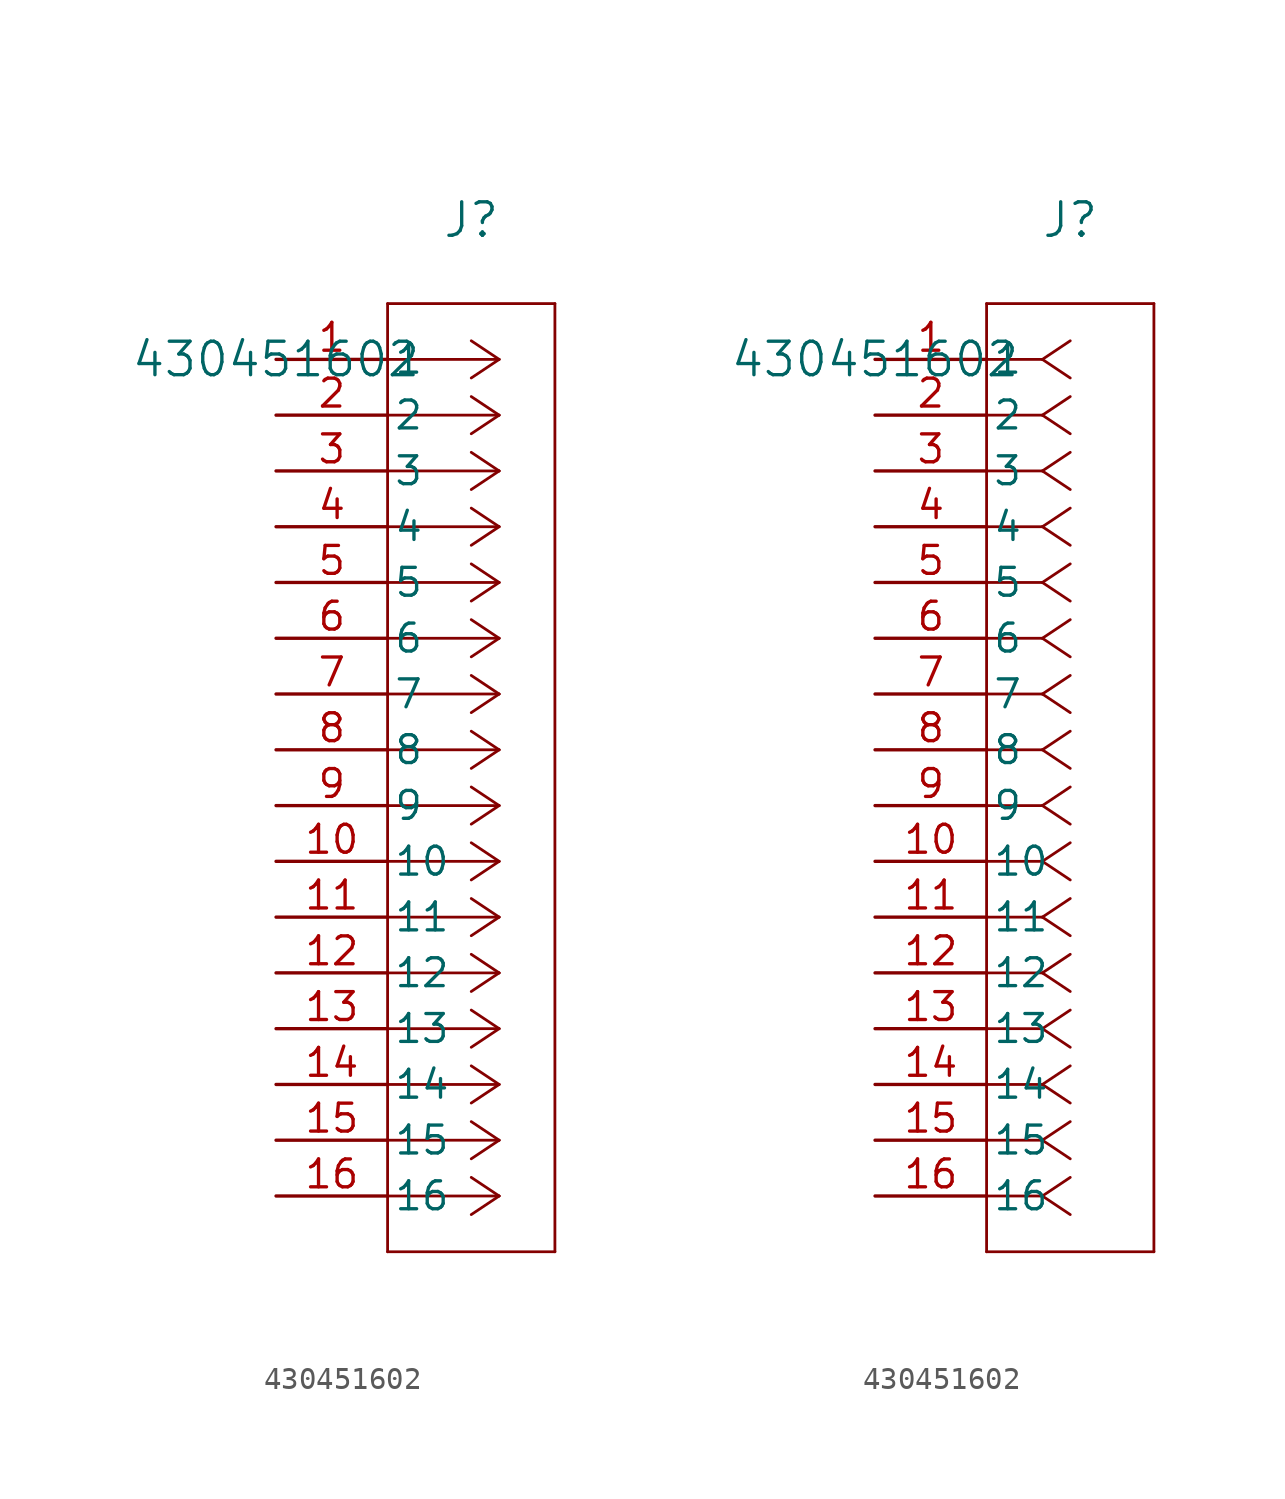
<source format=kicad_sym>
(kicad_symbol_lib
  (version 20211014)
  (generator kicad_symbol_editor)
  (symbol "430451602"
    (pin_names
      (offset 0.254))
    (property "Reference" "J"
      (at 8.89 6.35 0)
      (effects (font (size 1.524 1.524))))
    (property "Value" "430451602"
      (at 0 0 0)
      (effects (font (size 1.524 1.524))))
    (symbol "430451602_1_1"
      (polyline (pts (xy 10.16 0) (xy 5.08 0)) (stroke (width 0.127) (type default) (color 0 0 0 0)) (fill (type none)))
      (polyline (pts (xy 10.16 -2.54) (xy 5.08 -2.54)) (stroke (width 0.127) (type default) (color 0 0 0 0)) (fill (type none)))
      (polyline (pts (xy 10.16 -5.08) (xy 5.08 -5.08)) (stroke (width 0.127) (type default) (color 0 0 0 0)) (fill (type none)))
      (polyline (pts (xy 10.16 -7.62) (xy 5.08 -7.62)) (stroke (width 0.127) (type default) (color 0 0 0 0)) (fill (type none)))
      (polyline (pts (xy 10.16 -10.16) (xy 5.08 -10.16)) (stroke (width 0.127) (type default) (color 0 0 0 0)) (fill (type none)))
      (polyline (pts (xy 10.16 -12.7) (xy 5.08 -12.7)) (stroke (width 0.127) (type default) (color 0 0 0 0)) (fill (type none)))
      (polyline (pts (xy 10.16 -15.24) (xy 5.08 -15.24)) (stroke (width 0.127) (type default) (color 0 0 0 0)) (fill (type none)))
      (polyline (pts (xy 10.16 -17.78) (xy 5.08 -17.78)) (stroke (width 0.127) (type default) (color 0 0 0 0)) (fill (type none)))
      (polyline (pts (xy 10.16 -20.32) (xy 5.08 -20.32)) (stroke (width 0.127) (type default) (color 0 0 0 0)) (fill (type none)))
      (polyline (pts (xy 10.16 -22.86) (xy 5.08 -22.86)) (stroke (width 0.127) (type default) (color 0 0 0 0)) (fill (type none)))
      (polyline (pts (xy 10.16 -25.4) (xy 5.08 -25.4)) (stroke (width 0.127) (type default) (color 0 0 0 0)) (fill (type none)))
      (polyline (pts (xy 10.16 -27.94) (xy 5.08 -27.94)) (stroke (width 0.127) (type default) (color 0 0 0 0)) (fill (type none)))
      (polyline (pts (xy 10.16 -30.48) (xy 5.08 -30.48)) (stroke (width 0.127) (type default) (color 0 0 0 0)) (fill (type none)))
      (polyline (pts (xy 10.16 -33.02) (xy 5.08 -33.02)) (stroke (width 0.127) (type default) (color 0 0 0 0)) (fill (type none)))
      (polyline (pts (xy 10.16 -35.56) (xy 5.08 -35.56)) (stroke (width 0.127) (type default) (color 0 0 0 0)) (fill (type none)))
      (polyline (pts (xy 10.16 -38.1) (xy 5.08 -38.1)) (stroke (width 0.127) (type default) (color 0 0 0 0)) (fill (type none)))
      (polyline (pts (xy 10.16 0) (xy 8.89 0.847)) (stroke (width 0.127) (type default) (color 0 0 0 0)) (fill (type none)))
      (polyline (pts (xy 10.16 -2.54) (xy 8.89 -1.693)) (stroke (width 0.127) (type default) (color 0 0 0 0)) (fill (type none)))
      (polyline (pts (xy 10.16 -5.08) (xy 8.89 -4.233)) (stroke (width 0.127) (type default) (color 0 0 0 0)) (fill (type none)))
      (polyline (pts (xy 10.16 -7.62) (xy 8.89 -6.773)) (stroke (width 0.127) (type default) (color 0 0 0 0)) (fill (type none)))
      (polyline (pts (xy 10.16 -10.16) (xy 8.89 -9.313)) (stroke (width 0.127) (type default) (color 0 0 0 0)) (fill (type none)))
      (polyline (pts (xy 10.16 -12.7) (xy 8.89 -11.853)) (stroke (width 0.127) (type default) (color 0 0 0 0)) (fill (type none)))
      (polyline (pts (xy 10.16 -15.24) (xy 8.89 -14.393)) (stroke (width 0.127) (type default) (color 0 0 0 0)) (fill (type none)))
      (polyline (pts (xy 10.16 -17.78) (xy 8.89 -16.933)) (stroke (width 0.127) (type default) (color 0 0 0 0)) (fill (type none)))
      (polyline (pts (xy 10.16 -20.32) (xy 8.89 -19.473)) (stroke (width 0.127) (type default) (color 0 0 0 0)) (fill (type none)))
      (polyline (pts (xy 10.16 -22.86) (xy 8.89 -22.013)) (stroke (width 0.127) (type default) (color 0 0 0 0)) (fill (type none)))
      (polyline (pts (xy 10.16 -25.4) (xy 8.89 -24.553)) (stroke (width 0.127) (type default) (color 0 0 0 0)) (fill (type none)))
      (polyline (pts (xy 10.16 -27.94) (xy 8.89 -27.093)) (stroke (width 0.127) (type default) (color 0 0 0 0)) (fill (type none)))
      (polyline (pts (xy 10.16 -30.48) (xy 8.89 -29.633)) (stroke (width 0.127) (type default) (color 0 0 0 0)) (fill (type none)))
      (polyline (pts (xy 10.16 -33.02) (xy 8.89 -32.173)) (stroke (width 0.127) (type default) (color 0 0 0 0)) (fill (type none)))
      (polyline (pts (xy 10.16 -35.56) (xy 8.89 -34.713)) (stroke (width 0.127) (type default) (color 0 0 0 0)) (fill (type none)))
      (polyline (pts (xy 10.16 -38.1) (xy 8.89 -37.253)) (stroke (width 0.127) (type default) (color 0 0 0 0)) (fill (type none)))
      (polyline (pts (xy 10.16 0) (xy 8.89 -0.847)) (stroke (width 0.127) (type default) (color 0 0 0 0)) (fill (type none)))
      (polyline (pts (xy 10.16 -2.54) (xy 8.89 -3.387)) (stroke (width 0.127) (type default) (color 0 0 0 0)) (fill (type none)))
      (polyline (pts (xy 10.16 -5.08) (xy 8.89 -5.927)) (stroke (width 0.127) (type default) (color 0 0 0 0)) (fill (type none)))
      (polyline (pts (xy 10.16 -7.62) (xy 8.89 -8.467)) (stroke (width 0.127) (type default) (color 0 0 0 0)) (fill (type none)))
      (polyline (pts (xy 10.16 -10.16) (xy 8.89 -11.007)) (stroke (width 0.127) (type default) (color 0 0 0 0)) (fill (type none)))
      (polyline (pts (xy 10.16 -12.7) (xy 8.89 -13.547)) (stroke (width 0.127) (type default) (color 0 0 0 0)) (fill (type none)))
      (polyline (pts (xy 10.16 -15.24) (xy 8.89 -16.087)) (stroke (width 0.127) (type default) (color 0 0 0 0)) (fill (type none)))
      (polyline (pts (xy 10.16 -17.78) (xy 8.89 -18.627)) (stroke (width 0.127) (type default) (color 0 0 0 0)) (fill (type none)))
      (polyline (pts (xy 10.16 -20.32) (xy 8.89 -21.167)) (stroke (width 0.127) (type default) (color 0 0 0 0)) (fill (type none)))
      (polyline (pts (xy 10.16 -22.86) (xy 8.89 -23.707)) (stroke (width 0.127) (type default) (color 0 0 0 0)) (fill (type none)))
      (polyline (pts (xy 10.16 -25.4) (xy 8.89 -26.247)) (stroke (width 0.127) (type default) (color 0 0 0 0)) (fill (type none)))
      (polyline (pts (xy 10.16 -27.94) (xy 8.89 -28.787)) (stroke (width 0.127) (type default) (color 0 0 0 0)) (fill (type none)))
      (polyline (pts (xy 10.16 -30.48) (xy 8.89 -31.327)) (stroke (width 0.127) (type default) (color 0 0 0 0)) (fill (type none)))
      (polyline (pts (xy 10.16 -33.02) (xy 8.89 -33.867)) (stroke (width 0.127) (type default) (color 0 0 0 0)) (fill (type none)))
      (polyline (pts (xy 10.16 -35.56) (xy 8.89 -36.407)) (stroke (width 0.127) (type default) (color 0 0 0 0)) (fill (type none)))
      (polyline (pts (xy 10.16 -38.1) (xy 8.89 -38.947)) (stroke (width 0.127) (type default) (color 0 0 0 0)) (fill (type none)))
      (polyline (pts (xy 5.08 2.54) (xy 5.08 -40.64)) (stroke (width 0.127) (type default) (color 0 0 0 0)) (fill (type none)))
      (polyline (pts (xy 5.08 -40.64) (xy 12.7 -40.64)) (stroke (width 0.127) (type default) (color 0 0 0 0)) (fill (type none)))
      (polyline (pts (xy 12.7 -40.64) (xy 12.7 2.54)) (stroke (width 0.127) (type default) (color 0 0 0 0)) (fill (type none)))
      (polyline (pts (xy 12.7 2.54) (xy 5.08 2.54)) (stroke (width 0.127) (type default) (color 0 0 0 0)) (fill (type none)))
      (pin unspecified line (at 0 0 0) (length 5.08) (name "1" (effects (font (size 1.27 1.27)))) (number "1" (effects (font (size 1.27 1.27)))))
      (pin unspecified line (at 0 -2.54 0) (length 5.08) (name "2" (effects (font (size 1.27 1.27)))) (number "2" (effects (font (size 1.27 1.27)))))
      (pin unspecified line (at 0 -5.08 0) (length 5.08) (name "3" (effects (font (size 1.27 1.27)))) (number "3" (effects (font (size 1.27 1.27)))))
      (pin unspecified line (at 0 -7.62 0) (length 5.08) (name "4" (effects (font (size 1.27 1.27)))) (number "4" (effects (font (size 1.27 1.27)))))
      (pin unspecified line (at 0 -10.16 0) (length 5.08) (name "5" (effects (font (size 1.27 1.27)))) (number "5" (effects (font (size 1.27 1.27)))))
      (pin unspecified line (at 0 -12.7 0) (length 5.08) (name "6" (effects (font (size 1.27 1.27)))) (number "6" (effects (font (size 1.27 1.27)))))
      (pin unspecified line (at 0 -15.24 0) (length 5.08) (name "7" (effects (font (size 1.27 1.27)))) (number "7" (effects (font (size 1.27 1.27)))))
      (pin unspecified line (at 0 -17.78 0) (length 5.08) (name "8" (effects (font (size 1.27 1.27)))) (number "8" (effects (font (size 1.27 1.27)))))
      (pin unspecified line (at 0 -20.32 0) (length 5.08) (name "9" (effects (font (size 1.27 1.27)))) (number "9" (effects (font (size 1.27 1.27)))))
      (pin unspecified line (at 0 -22.86 0) (length 5.08) (name "10" (effects (font (size 1.27 1.27)))) (number "10" (effects (font (size 1.27 1.27)))))
      (pin unspecified line (at 0 -25.4 0) (length 5.08) (name "11" (effects (font (size 1.27 1.27)))) (number "11" (effects (font (size 1.27 1.27)))))
      (pin unspecified line (at 0 -27.94 0) (length 5.08) (name "12" (effects (font (size 1.27 1.27)))) (number "12" (effects (font (size 1.27 1.27)))))
      (pin unspecified line (at 0 -30.48 0) (length 5.08) (name "13" (effects (font (size 1.27 1.27)))) (number "13" (effects (font (size 1.27 1.27)))))
      (pin unspecified line (at 0 -33.02 0) (length 5.08) (name "14" (effects (font (size 1.27 1.27)))) (number "14" (effects (font (size 1.27 1.27)))))
      (pin unspecified line (at 0 -35.56 0) (length 5.08) (name "15" (effects (font (size 1.27 1.27)))) (number "15" (effects (font (size 1.27 1.27)))))
      (pin unspecified line (at 0 -38.1 0) (length 5.08) (name "16" (effects (font (size 1.27 1.27)))) (number "16" (effects (font (size 1.27 1.27))))))
    (symbol "430451602_1_2"
      (polyline (pts (xy 7.62 0) (xy 5.08 0)) (stroke (width 0.127) (type default) (color 0 0 0 0)) (fill (type none)))
      (polyline (pts (xy 7.62 -2.54) (xy 5.08 -2.54)) (stroke (width 0.127) (type default) (color 0 0 0 0)) (fill (type none)))
      (polyline (pts (xy 7.62 -5.08) (xy 5.08 -5.08)) (stroke (width 0.127) (type default) (color 0 0 0 0)) (fill (type none)))
      (polyline (pts (xy 7.62 -7.62) (xy 5.08 -7.62)) (stroke (width 0.127) (type default) (color 0 0 0 0)) (fill (type none)))
      (polyline (pts (xy 7.62 -10.16) (xy 5.08 -10.16)) (stroke (width 0.127) (type default) (color 0 0 0 0)) (fill (type none)))
      (polyline (pts (xy 7.62 -12.7) (xy 5.08 -12.7)) (stroke (width 0.127) (type default) (color 0 0 0 0)) (fill (type none)))
      (polyline (pts (xy 7.62 -15.24) (xy 5.08 -15.24)) (stroke (width 0.127) (type default) (color 0 0 0 0)) (fill (type none)))
      (polyline (pts (xy 7.62 -17.78) (xy 5.08 -17.78)) (stroke (width 0.127) (type default) (color 0 0 0 0)) (fill (type none)))
      (polyline (pts (xy 7.62 -20.32) (xy 5.08 -20.32)) (stroke (width 0.127) (type default) (color 0 0 0 0)) (fill (type none)))
      (polyline (pts (xy 7.62 -22.86) (xy 5.08 -22.86)) (stroke (width 0.127) (type default) (color 0 0 0 0)) (fill (type none)))
      (polyline (pts (xy 7.62 -25.4) (xy 5.08 -25.4)) (stroke (width 0.127) (type default) (color 0 0 0 0)) (fill (type none)))
      (polyline (pts (xy 7.62 -27.94) (xy 5.08 -27.94)) (stroke (width 0.127) (type default) (color 0 0 0 0)) (fill (type none)))
      (polyline (pts (xy 7.62 -30.48) (xy 5.08 -30.48)) (stroke (width 0.127) (type default) (color 0 0 0 0)) (fill (type none)))
      (polyline (pts (xy 7.62 -33.02) (xy 5.08 -33.02)) (stroke (width 0.127) (type default) (color 0 0 0 0)) (fill (type none)))
      (polyline (pts (xy 7.62 -35.56) (xy 5.08 -35.56)) (stroke (width 0.127) (type default) (color 0 0 0 0)) (fill (type none)))
      (polyline (pts (xy 7.62 -38.1) (xy 5.08 -38.1)) (stroke (width 0.127) (type default) (color 0 0 0 0)) (fill (type none)))
      (polyline (pts (xy 7.62 0) (xy 8.89 0.847)) (stroke (width 0.127) (type default) (color 0 0 0 0)) (fill (type none)))
      (polyline (pts (xy 7.62 -2.54) (xy 8.89 -1.693)) (stroke (width 0.127) (type default) (color 0 0 0 0)) (fill (type none)))
      (polyline (pts (xy 7.62 -5.08) (xy 8.89 -4.233)) (stroke (width 0.127) (type default) (color 0 0 0 0)) (fill (type none)))
      (polyline (pts (xy 7.62 -7.62) (xy 8.89 -6.773)) (stroke (width 0.127) (type default) (color 0 0 0 0)) (fill (type none)))
      (polyline (pts (xy 7.62 -10.16) (xy 8.89 -9.313)) (stroke (width 0.127) (type default) (color 0 0 0 0)) (fill (type none)))
      (polyline (pts (xy 7.62 -12.7) (xy 8.89 -11.853)) (stroke (width 0.127) (type default) (color 0 0 0 0)) (fill (type none)))
      (polyline (pts (xy 7.62 -15.24) (xy 8.89 -14.393)) (stroke (width 0.127) (type default) (color 0 0 0 0)) (fill (type none)))
      (polyline (pts (xy 7.62 -17.78) (xy 8.89 -16.933)) (stroke (width 0.127) (type default) (color 0 0 0 0)) (fill (type none)))
      (polyline (pts (xy 7.62 -20.32) (xy 8.89 -19.473)) (stroke (width 0.127) (type default) (color 0 0 0 0)) (fill (type none)))
      (polyline (pts (xy 7.62 -22.86) (xy 8.89 -22.013)) (stroke (width 0.127) (type default) (color 0 0 0 0)) (fill (type none)))
      (polyline (pts (xy 7.62 -25.4) (xy 8.89 -24.553)) (stroke (width 0.127) (type default) (color 0 0 0 0)) (fill (type none)))
      (polyline (pts (xy 7.62 -27.94) (xy 8.89 -27.093)) (stroke (width 0.127) (type default) (color 0 0 0 0)) (fill (type none)))
      (polyline (pts (xy 7.62 -30.48) (xy 8.89 -29.633)) (stroke (width 0.127) (type default) (color 0 0 0 0)) (fill (type none)))
      (polyline (pts (xy 7.62 -33.02) (xy 8.89 -32.173)) (stroke (width 0.127) (type default) (color 0 0 0 0)) (fill (type none)))
      (polyline (pts (xy 7.62 -35.56) (xy 8.89 -34.713)) (stroke (width 0.127) (type default) (color 0 0 0 0)) (fill (type none)))
      (polyline (pts (xy 7.62 -38.1) (xy 8.89 -37.253)) (stroke (width 0.127) (type default) (color 0 0 0 0)) (fill (type none)))
      (polyline (pts (xy 7.62 0) (xy 8.89 -0.847)) (stroke (width 0.127) (type default) (color 0 0 0 0)) (fill (type none)))
      (polyline (pts (xy 7.62 -2.54) (xy 8.89 -3.387)) (stroke (width 0.127) (type default) (color 0 0 0 0)) (fill (type none)))
      (polyline (pts (xy 7.62 -5.08) (xy 8.89 -5.927)) (stroke (width 0.127) (type default) (color 0 0 0 0)) (fill (type none)))
      (polyline (pts (xy 7.62 -7.62) (xy 8.89 -8.467)) (stroke (width 0.127) (type default) (color 0 0 0 0)) (fill (type none)))
      (polyline (pts (xy 7.62 -10.16) (xy 8.89 -11.007)) (stroke (width 0.127) (type default) (color 0 0 0 0)) (fill (type none)))
      (polyline (pts (xy 7.62 -12.7) (xy 8.89 -13.547)) (stroke (width 0.127) (type default) (color 0 0 0 0)) (fill (type none)))
      (polyline (pts (xy 7.62 -15.24) (xy 8.89 -16.087)) (stroke (width 0.127) (type default) (color 0 0 0 0)) (fill (type none)))
      (polyline (pts (xy 7.62 -17.78) (xy 8.89 -18.627)) (stroke (width 0.127) (type default) (color 0 0 0 0)) (fill (type none)))
      (polyline (pts (xy 7.62 -20.32) (xy 8.89 -21.167)) (stroke (width 0.127) (type default) (color 0 0 0 0)) (fill (type none)))
      (polyline (pts (xy 7.62 -22.86) (xy 8.89 -23.707)) (stroke (width 0.127) (type default) (color 0 0 0 0)) (fill (type none)))
      (polyline (pts (xy 7.62 -25.4) (xy 8.89 -26.247)) (stroke (width 0.127) (type default) (color 0 0 0 0)) (fill (type none)))
      (polyline (pts (xy 7.62 -27.94) (xy 8.89 -28.787)) (stroke (width 0.127) (type default) (color 0 0 0 0)) (fill (type none)))
      (polyline (pts (xy 7.62 -30.48) (xy 8.89 -31.327)) (stroke (width 0.127) (type default) (color 0 0 0 0)) (fill (type none)))
      (polyline (pts (xy 7.62 -33.02) (xy 8.89 -33.867)) (stroke (width 0.127) (type default) (color 0 0 0 0)) (fill (type none)))
      (polyline (pts (xy 7.62 -35.56) (xy 8.89 -36.407)) (stroke (width 0.127) (type default) (color 0 0 0 0)) (fill (type none)))
      (polyline (pts (xy 7.62 -38.1) (xy 8.89 -38.947)) (stroke (width 0.127) (type default) (color 0 0 0 0)) (fill (type none)))
      (polyline (pts (xy 5.08 2.54) (xy 5.08 -40.64)) (stroke (width 0.127) (type default) (color 0 0 0 0)) (fill (type none)))
      (polyline (pts (xy 5.08 -40.64) (xy 12.7 -40.64)) (stroke (width 0.127) (type default) (color 0 0 0 0)) (fill (type none)))
      (polyline (pts (xy 12.7 -40.64) (xy 12.7 2.54)) (stroke (width 0.127) (type default) (color 0 0 0 0)) (fill (type none)))
      (polyline (pts (xy 12.7 2.54) (xy 5.08 2.54)) (stroke (width 0.127) (type default) (color 0 0 0 0)) (fill (type none)))
      (pin unspecified line (at 0 0 0) (length 5.08) (name "1" (effects (font (size 1.27 1.27)))) (number "1" (effects (font (size 1.27 1.27)))))
      (pin unspecified line (at 0 -2.54 0) (length 5.08) (name "2" (effects (font (size 1.27 1.27)))) (number "2" (effects (font (size 1.27 1.27)))))
      (pin unspecified line (at 0 -5.08 0) (length 5.08) (name "3" (effects (font (size 1.27 1.27)))) (number "3" (effects (font (size 1.27 1.27)))))
      (pin unspecified line (at 0 -7.62 0) (length 5.08) (name "4" (effects (font (size 1.27 1.27)))) (number "4" (effects (font (size 1.27 1.27)))))
      (pin unspecified line (at 0 -10.16 0) (length 5.08) (name "5" (effects (font (size 1.27 1.27)))) (number "5" (effects (font (size 1.27 1.27)))))
      (pin unspecified line (at 0 -12.7 0) (length 5.08) (name "6" (effects (font (size 1.27 1.27)))) (number "6" (effects (font (size 1.27 1.27)))))
      (pin unspecified line (at 0 -15.24 0) (length 5.08) (name "7" (effects (font (size 1.27 1.27)))) (number "7" (effects (font (size 1.27 1.27)))))
      (pin unspecified line (at 0 -17.78 0) (length 5.08) (name "8" (effects (font (size 1.27 1.27)))) (number "8" (effects (font (size 1.27 1.27)))))
      (pin unspecified line (at 0 -20.32 0) (length 5.08) (name "9" (effects (font (size 1.27 1.27)))) (number "9" (effects (font (size 1.27 1.27)))))
      (pin unspecified line (at 0 -22.86 0) (length 5.08) (name "10" (effects (font (size 1.27 1.27)))) (number "10" (effects (font (size 1.27 1.27)))))
      (pin unspecified line (at 0 -25.4 0) (length 5.08) (name "11" (effects (font (size 1.27 1.27)))) (number "11" (effects (font (size 1.27 1.27)))))
      (pin unspecified line (at 0 -27.94 0) (length 5.08) (name "12" (effects (font (size 1.27 1.27)))) (number "12" (effects (font (size 1.27 1.27)))))
      (pin unspecified line (at 0 -30.48 0) (length 5.08) (name "13" (effects (font (size 1.27 1.27)))) (number "13" (effects (font (size 1.27 1.27)))))
      (pin unspecified line (at 0 -33.02 0) (length 5.08) (name "14" (effects (font (size 1.27 1.27)))) (number "14" (effects (font (size 1.27 1.27)))))
      (pin unspecified line (at 0 -35.56 0) (length 5.08) (name "15" (effects (font (size 1.27 1.27)))) (number "15" (effects (font (size 1.27 1.27)))))
      (pin unspecified line (at 0 -38.1 0) (length 5.08) (name "16" (effects (font (size 1.27 1.27)))) (number "16" (effects (font (size 1.27 1.27))))))))
</source>
